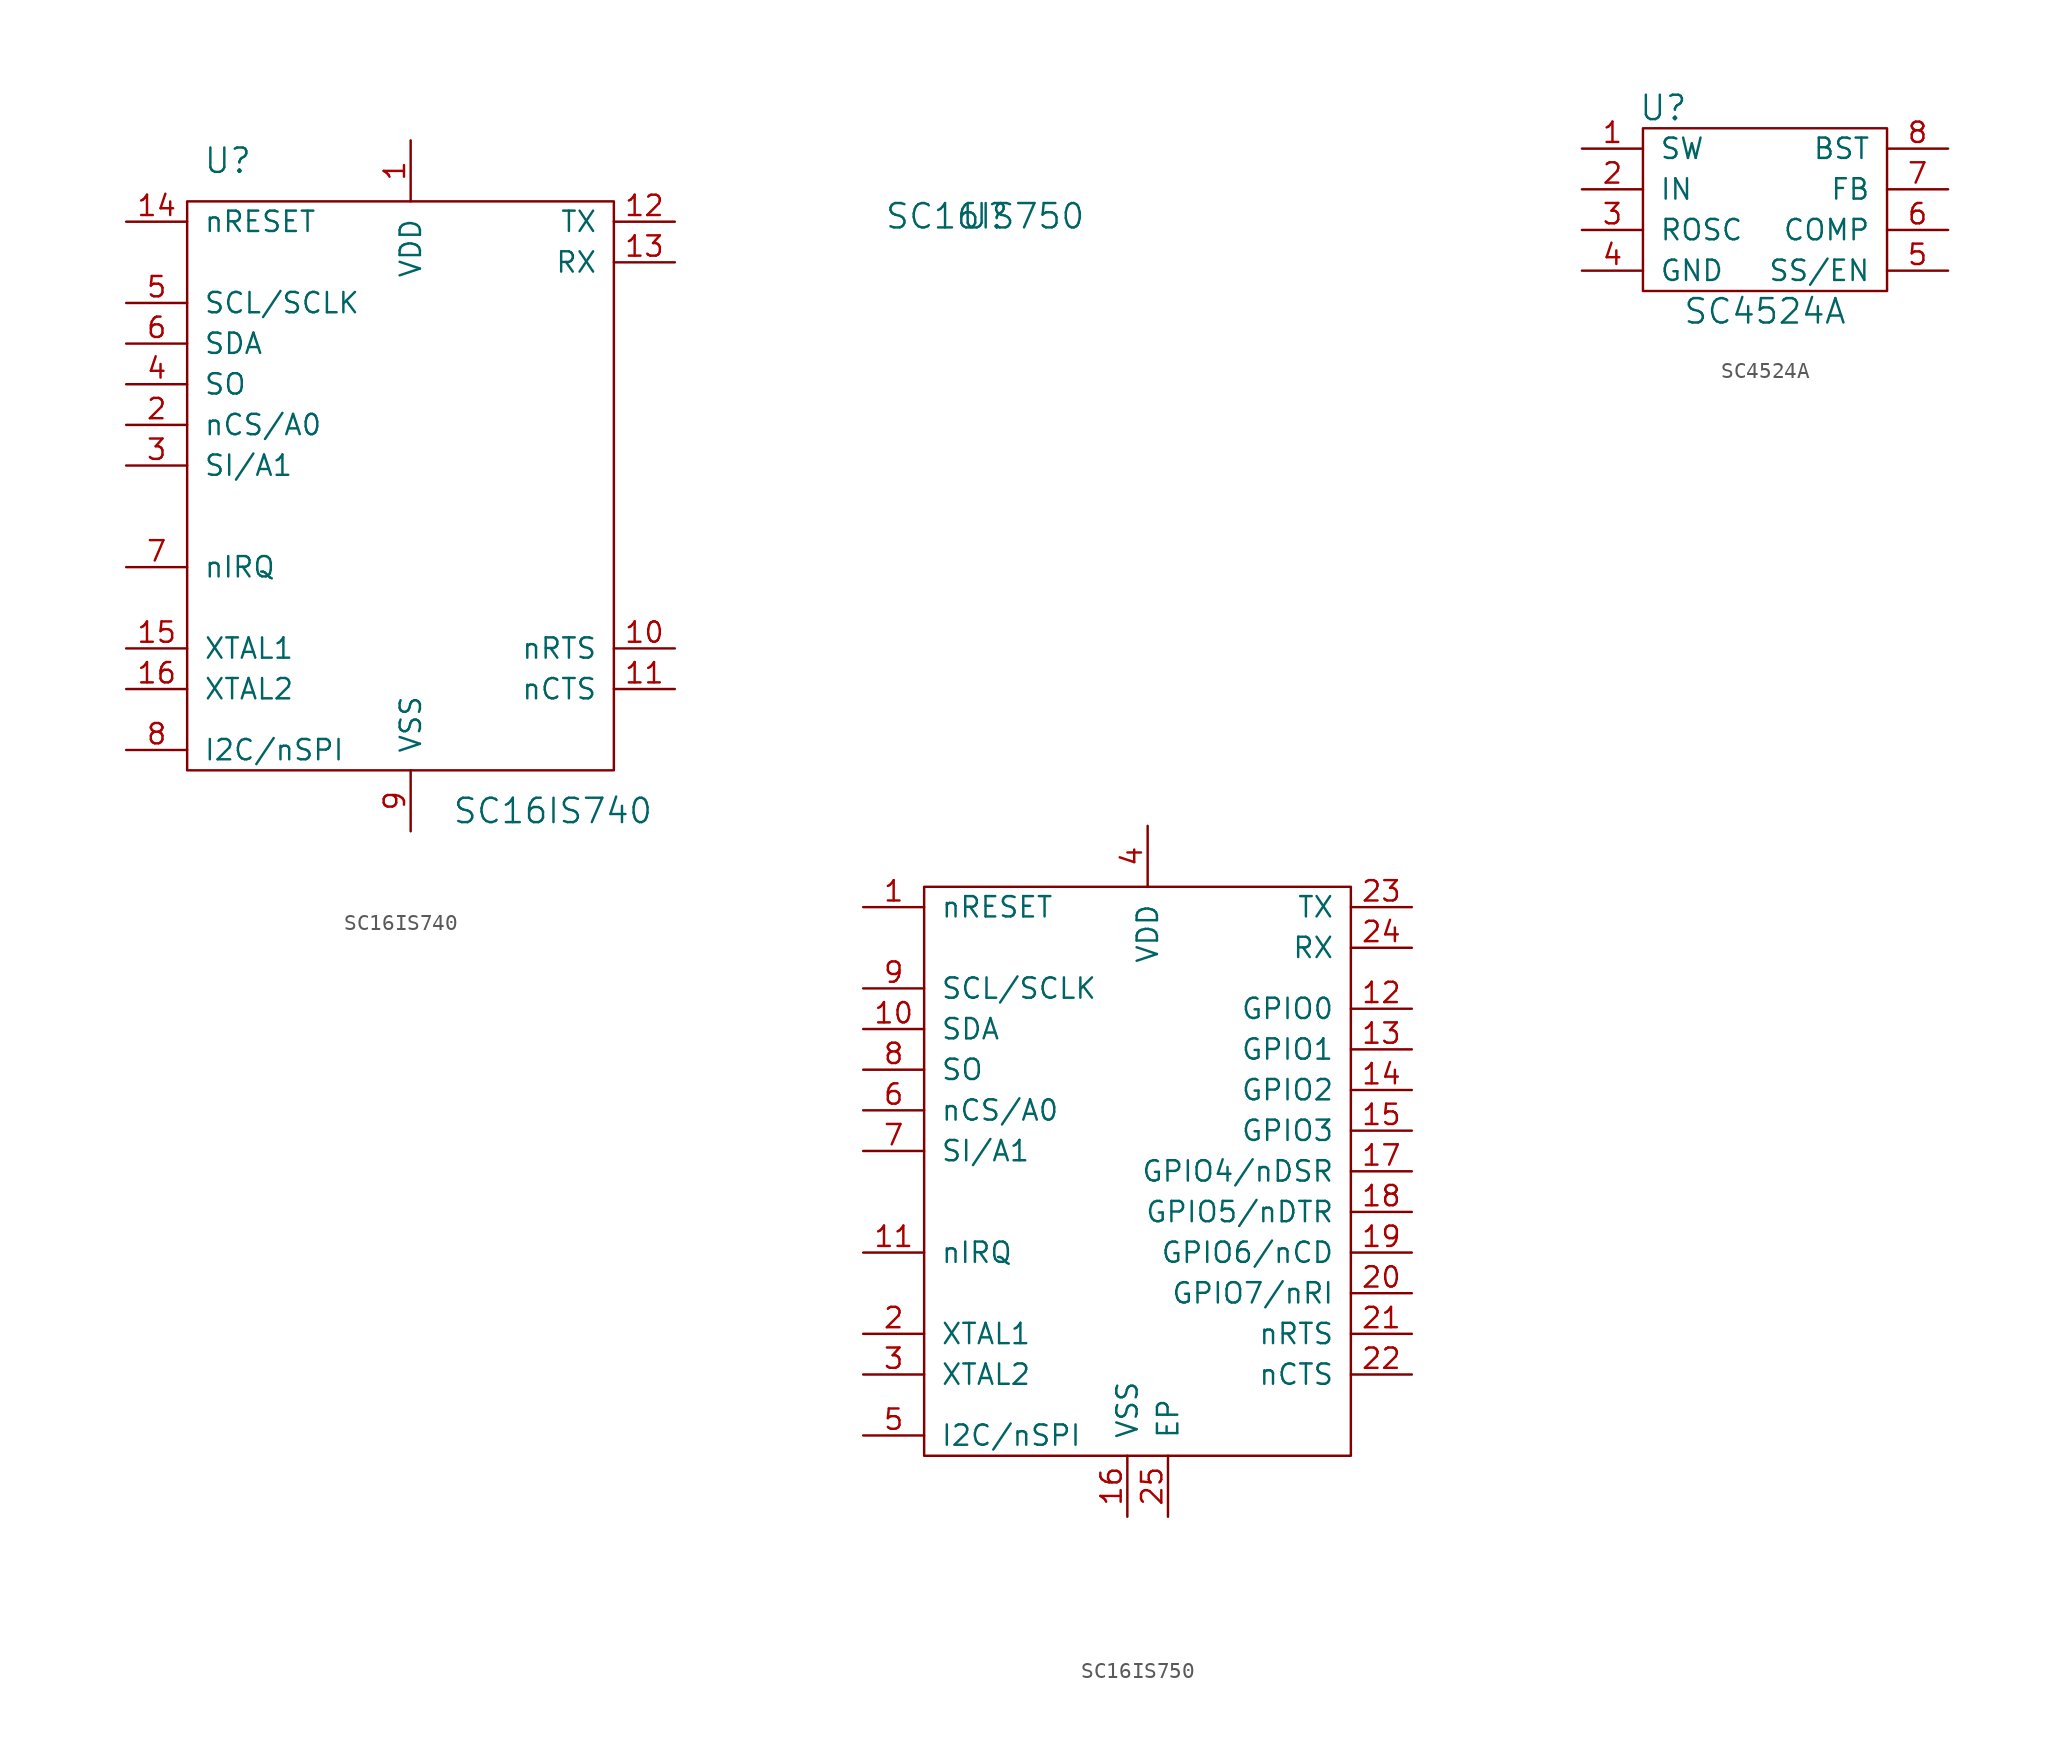
<source format=kicad_sym>
(kicad_symbol_lib
  (version 20211014)
  (generator kicad_symbol_editor)
  (symbol "SC16IS740"
    (pin_names
      (offset 1.016))
    (property "Reference" "U"
      (at -11.43 21.59 0)
      (effects (font (size 1.524 1.524))))
    (property "Value" "SC16IS740"
      (at 8.89 -19.05 0)
      (effects (font (size 1.524 1.524))))
    (property "Footprint" ""
      (at 0 0 0)
      (effects (font (size 1.524 1.524))))
    (property "Datasheet" ""
      (at 0 0 0)
      (effects (font (size 1.524 1.524))))
    (symbol "SC16IS740_0_1"
      (rectangle (start -13.97 19.05) (end 12.7 -16.51) (stroke (width 0) (type default) (color 0 0 0 0)) (fill (type none))))
    (symbol "SC16IS740_1_1"
      (pin passive line (at 0 22.86 270) (length 3.81) (name "VDD" (effects (font (size 1.27 1.27)))) (number "1" (effects (font (size 1.27 1.27)))))
      (pin passive line (at 16.51 -8.89 180) (length 3.81) (name "nRTS" (effects (font (size 1.27 1.27)))) (number "10" (effects (font (size 1.27 1.27)))))
      (pin passive line (at 16.51 -11.43 180) (length 3.81) (name "nCTS" (effects (font (size 1.27 1.27)))) (number "11" (effects (font (size 1.27 1.27)))))
      (pin passive line (at 16.51 17.78 180) (length 3.81) (name "TX" (effects (font (size 1.27 1.27)))) (number "12" (effects (font (size 1.27 1.27)))))
      (pin passive line (at 16.51 15.24 180) (length 3.81) (name "RX" (effects (font (size 1.27 1.27)))) (number "13" (effects (font (size 1.27 1.27)))))
      (pin passive line (at -17.78 17.78 0) (length 3.81) (name "nRESET" (effects (font (size 1.27 1.27)))) (number "14" (effects (font (size 1.27 1.27)))))
      (pin passive line (at -17.78 -8.89 0) (length 3.81) (name "XTAL1" (effects (font (size 1.27 1.27)))) (number "15" (effects (font (size 1.27 1.27)))))
      (pin passive line (at -17.78 -11.43 0) (length 3.81) (name "XTAL2" (effects (font (size 1.27 1.27)))) (number "16" (effects (font (size 1.27 1.27)))))
      (pin passive line (at -17.78 5.08 0) (length 3.81) (name "nCS/A0" (effects (font (size 1.27 1.27)))) (number "2" (effects (font (size 1.27 1.27)))))
      (pin passive line (at -17.78 2.54 0) (length 3.81) (name "SI/A1" (effects (font (size 1.27 1.27)))) (number "3" (effects (font (size 1.27 1.27)))))
      (pin passive line (at -17.78 7.62 0) (length 3.81) (name "SO" (effects (font (size 1.27 1.27)))) (number "4" (effects (font (size 1.27 1.27)))))
      (pin passive line (at -17.78 12.7 0) (length 3.81) (name "SCL/SCLK" (effects (font (size 1.27 1.27)))) (number "5" (effects (font (size 1.27 1.27)))))
      (pin passive line (at -17.78 10.16 0) (length 3.81) (name "SDA" (effects (font (size 1.27 1.27)))) (number "6" (effects (font (size 1.27 1.27)))))
      (pin passive line (at -17.78 -3.81 0) (length 3.81) (name "nIRQ" (effects (font (size 1.27 1.27)))) (number "7" (effects (font (size 1.27 1.27)))))
      (pin passive line (at -17.78 -15.24 0) (length 3.81) (name "I2C/nSPI" (effects (font (size 1.27 1.27)))) (number "8" (effects (font (size 1.27 1.27)))))
      (pin passive line (at 0 -20.32 90) (length 3.81) (name "VSS" (effects (font (size 1.27 1.27)))) (number "9" (effects (font (size 1.27 1.27)))))))
  (symbol "SC16IS750"
    (pin_names
      (offset 1.016))
    (property "Reference" "U"
      (at -10.16 60.96 0)
      (effects (font (size 1.524 1.524))))
    (property "Value" "SC16IS750"
      (at -10.16 60.96 0)
      (effects (font (size 1.524 1.524))))
    (property "Footprint" ""
      (at 0 0 0)
      (effects (font (size 1.524 1.524))))
    (property "Datasheet" ""
      (at 0 0 0)
      (effects (font (size 1.524 1.524))))
    (symbol "SC16IS750_0_1"
      (rectangle (start -13.97 19.05) (end 12.7 -16.51) (stroke (width 0) (type default) (color 0 0 0 0)) (fill (type none))))
    (symbol "SC16IS750_1_1"
      (pin passive line (at -17.78 17.78 0) (length 3.81) (name "nRESET" (effects (font (size 1.27 1.27)))) (number "1" (effects (font (size 1.27 1.27)))))
      (pin passive line (at -17.78 10.16 0) (length 3.81) (name "SDA" (effects (font (size 1.27 1.27)))) (number "10" (effects (font (size 1.27 1.27)))))
      (pin passive line (at -17.78 -3.81 0) (length 3.81) (name "nIRQ" (effects (font (size 1.27 1.27)))) (number "11" (effects (font (size 1.27 1.27)))))
      (pin passive line (at 16.51 11.43 180) (length 3.81) (name "GPIO0" (effects (font (size 1.27 1.27)))) (number "12" (effects (font (size 1.27 1.27)))))
      (pin passive line (at 16.51 8.89 180) (length 3.81) (name "GPIO1" (effects (font (size 1.27 1.27)))) (number "13" (effects (font (size 1.27 1.27)))))
      (pin passive line (at 16.51 6.35 180) (length 3.81) (name "GPIO2" (effects (font (size 1.27 1.27)))) (number "14" (effects (font (size 1.27 1.27)))))
      (pin passive line (at 16.51 3.81 180) (length 3.81) (name "GPIO3" (effects (font (size 1.27 1.27)))) (number "15" (effects (font (size 1.27 1.27)))))
      (pin passive line (at -1.27 -20.32 90) (length 3.81) (name "VSS" (effects (font (size 1.27 1.27)))) (number "16" (effects (font (size 1.27 1.27)))))
      (pin passive line (at 16.51 1.27 180) (length 3.81) (name "GPIO4/nDSR" (effects (font (size 1.27 1.27)))) (number "17" (effects (font (size 1.27 1.27)))))
      (pin passive line (at 16.51 -1.27 180) (length 3.81) (name "GPIO5/nDTR" (effects (font (size 1.27 1.27)))) (number "18" (effects (font (size 1.27 1.27)))))
      (pin passive line (at 16.51 -3.81 180) (length 3.81) (name "GPIO6/nCD" (effects (font (size 1.27 1.27)))) (number "19" (effects (font (size 1.27 1.27)))))
      (pin passive line (at -17.78 -8.89 0) (length 3.81) (name "XTAL1" (effects (font (size 1.27 1.27)))) (number "2" (effects (font (size 1.27 1.27)))))
      (pin passive line (at 16.51 -6.35 180) (length 3.81) (name "GPIO7/nRI" (effects (font (size 1.27 1.27)))) (number "20" (effects (font (size 1.27 1.27)))))
      (pin passive line (at 16.51 -8.89 180) (length 3.81) (name "nRTS" (effects (font (size 1.27 1.27)))) (number "21" (effects (font (size 1.27 1.27)))))
      (pin passive line (at 16.51 -11.43 180) (length 3.81) (name "nCTS" (effects (font (size 1.27 1.27)))) (number "22" (effects (font (size 1.27 1.27)))))
      (pin passive line (at 16.51 17.78 180) (length 3.81) (name "TX" (effects (font (size 1.27 1.27)))) (number "23" (effects (font (size 1.27 1.27)))))
      (pin passive line (at 16.51 15.24 180) (length 3.81) (name "RX" (effects (font (size 1.27 1.27)))) (number "24" (effects (font (size 1.27 1.27)))))
      (pin passive line (at 1.27 -20.32 90) (length 3.81) (name "EP" (effects (font (size 1.27 1.27)))) (number "25" (effects (font (size 1.27 1.27)))))
      (pin passive line (at -17.78 -11.43 0) (length 3.81) (name "XTAL2" (effects (font (size 1.27 1.27)))) (number "3" (effects (font (size 1.27 1.27)))))
      (pin passive line (at 0 22.86 270) (length 3.81) (name "VDD" (effects (font (size 1.27 1.27)))) (number "4" (effects (font (size 1.27 1.27)))))
      (pin passive line (at -17.78 -15.24 0) (length 3.81) (name "I2C/nSPI" (effects (font (size 1.27 1.27)))) (number "5" (effects (font (size 1.27 1.27)))))
      (pin passive line (at -17.78 5.08 0) (length 3.81) (name "nCS/A0" (effects (font (size 1.27 1.27)))) (number "6" (effects (font (size 1.27 1.27)))))
      (pin passive line (at -17.78 2.54 0) (length 3.81) (name "SI/A1" (effects (font (size 1.27 1.27)))) (number "7" (effects (font (size 1.27 1.27)))))
      (pin passive line (at -17.78 7.62 0) (length 3.81) (name "SO" (effects (font (size 1.27 1.27)))) (number "8" (effects (font (size 1.27 1.27)))))
      (pin passive line (at -17.78 12.7 0) (length 3.81) (name "SCL/SCLK" (effects (font (size 1.27 1.27)))) (number "9" (effects (font (size 1.27 1.27)))))))
  (symbol "SC4524A"
    (pin_names
      (offset 1.016))
    (property "Reference" "U"
      (at -6.35 6.35 0)
      (effects (font (size 1.524 1.524))))
    (property "Value" "SC4524A"
      (at 0 -6.35 0)
      (effects (font (size 1.524 1.524))))
    (property "Footprint" ""
      (at 0 0 0)
      (effects (font (size 1.524 1.524))))
    (property "Datasheet" ""
      (at 0 0 0)
      (effects (font (size 1.524 1.524))))
    (symbol "SC4524A_0_1"
      (rectangle (start -7.62 5.08) (end 7.62 -5.08) (stroke (width 0) (type default) (color 0 0 0 0)) (fill (type none))))
    (symbol "SC4524A_1_1"
      (pin passive line (at -11.43 3.81 0) (length 3.81) (name "SW" (effects (font (size 1.27 1.27)))) (number "1" (effects (font (size 1.27 1.27)))))
      (pin passive line (at -11.43 1.27 0) (length 3.81) (name "IN" (effects (font (size 1.27 1.27)))) (number "2" (effects (font (size 1.27 1.27)))))
      (pin passive line (at -11.43 -1.27 0) (length 3.81) (name "ROSC" (effects (font (size 1.27 1.27)))) (number "3" (effects (font (size 1.27 1.27)))))
      (pin passive line (at -11.43 -3.81 0) (length 3.81) (name "GND" (effects (font (size 1.27 1.27)))) (number "4" (effects (font (size 1.27 1.27)))))
      (pin passive line (at 11.43 -3.81 180) (length 3.81) (name "SS/EN" (effects (font (size 1.27 1.27)))) (number "5" (effects (font (size 1.27 1.27)))))
      (pin passive line (at 11.43 -1.27 180) (length 3.81) (name "COMP" (effects (font (size 1.27 1.27)))) (number "6" (effects (font (size 1.27 1.27)))))
      (pin passive line (at 11.43 1.27 180) (length 3.81) (name "FB" (effects (font (size 1.27 1.27)))) (number "7" (effects (font (size 1.27 1.27)))))
      (pin passive line (at 11.43 3.81 180) (length 3.81) (name "BST" (effects (font (size 1.27 1.27)))) (number "8" (effects (font (size 1.27 1.27))))))))
</source>
